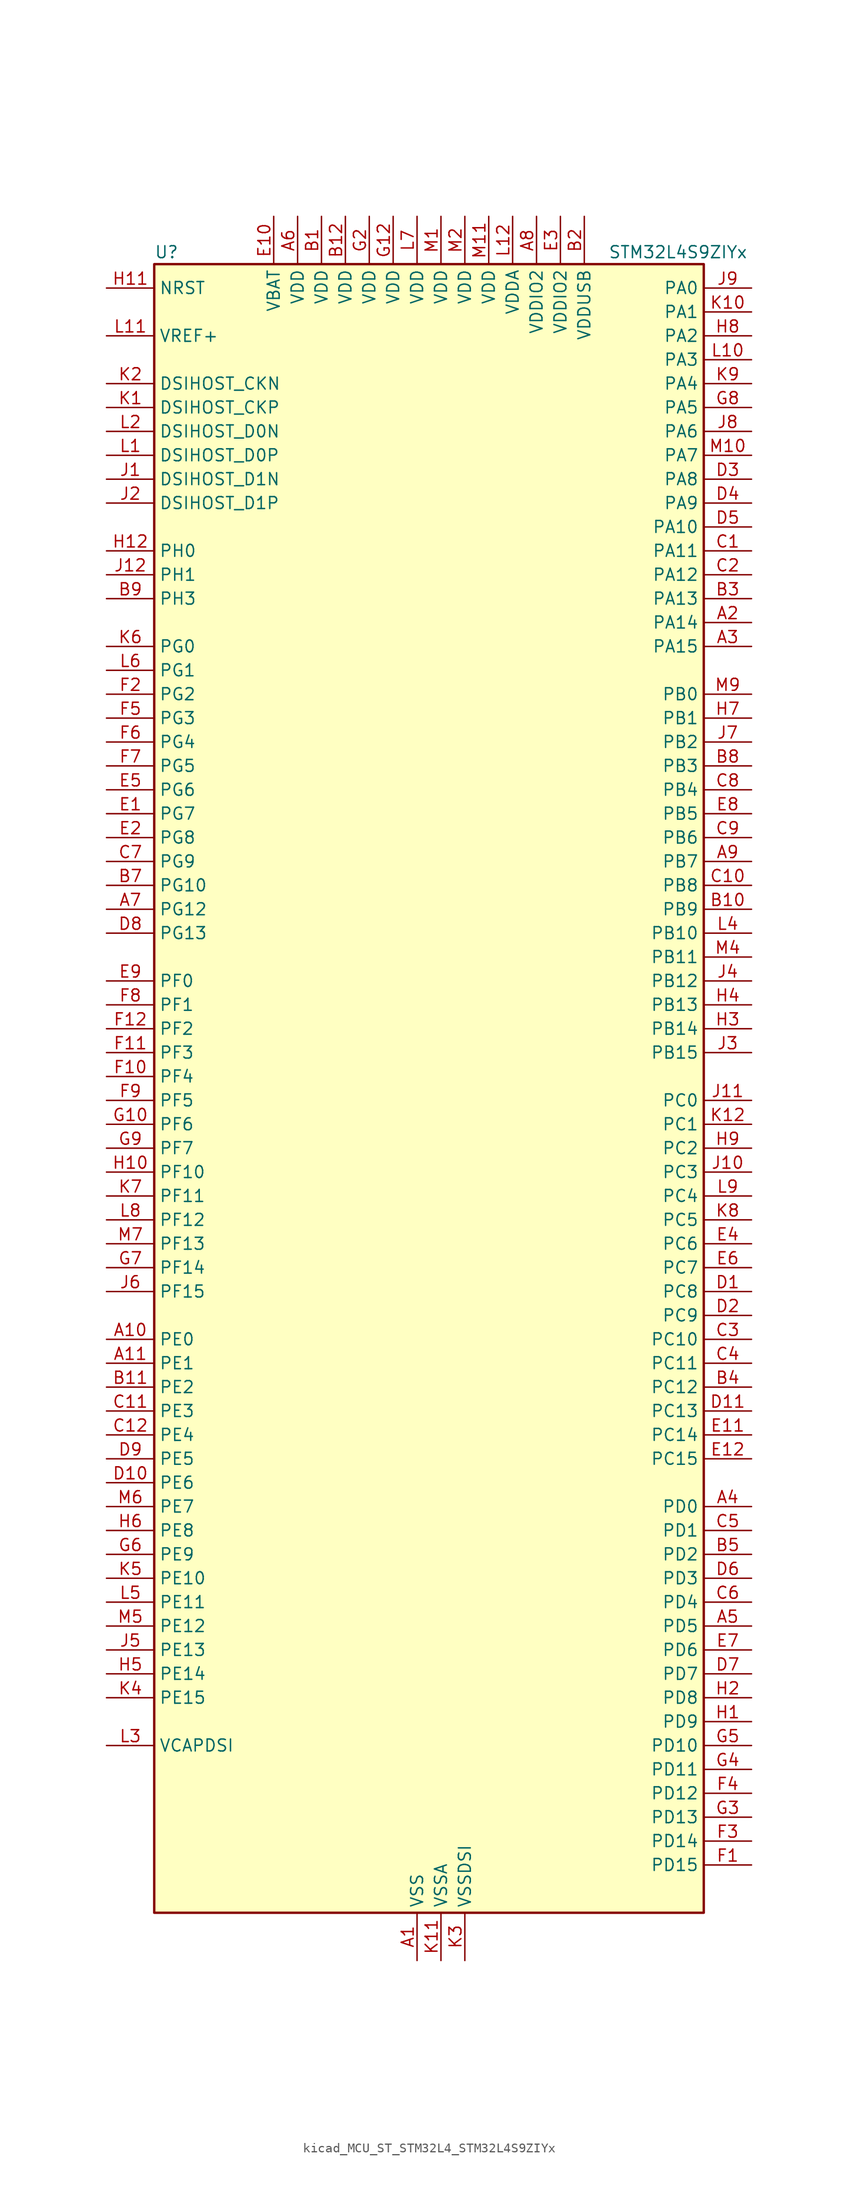
<source format=kicad_sym>
(kicad_symbol_lib
  (version 20220914)
  (generator kicad_symbol_editor)
  (symbol "kicad_MCU_ST_STM32L4_STM32L4S9ZIYx"
    (property "Reference" "U"
      (at -27.94 90.17 0)
      (effects (font (size 1.27 1.27)) (justify left)))
    (property "Value" "STM32L4S9ZIYx"
      (at 20.32 90.17 0)
      (effects (font (size 1.27 1.27)) (justify left)))
    (property "ki_locked" ""
      (at 0 0 0)
      (effects (font (size 1.27 1.27))))
    (symbol "kicad_MCU_ST_STM32L4_STM32L4S9ZIYx_0_1"
      (rectangle (start -27.94 -86.36) (end 30.48 88.9) (stroke (width 0.254) (type default)) (fill (type background))))
    (symbol "kicad_MCU_ST_STM32L4_STM32L4S9ZIYx_1_1"
      (pin power_in line (at 0 -91.44 90) (length 5.08) (name "VSS" (effects (font (size 1.27 1.27)))) (number "A1" (effects (font (size 1.27 1.27)))))
      (pin bidirectional line (at -33.02 -25.4 0) (length 5.08) (name "PE0" (effects (font (size 1.27 1.27)))) (number "A10" (effects (font (size 1.27 1.27)))) (alternate "DCMI_D2" bidirectional line) (alternate "FMC_NBL0" bidirectional line) (alternate "LTDC_HSYNC" bidirectional line) (alternate "TIM16_CH1" bidirectional line) (alternate "TIM4_ETR" bidirectional line))
      (pin bidirectional line (at -33.02 -27.94 0) (length 5.08) (name "PE1" (effects (font (size 1.27 1.27)))) (number "A11" (effects (font (size 1.27 1.27)))) (alternate "DCMI_D3" bidirectional line) (alternate "FMC_NBL1" bidirectional line) (alternate "LTDC_VSYNC" bidirectional line) (alternate "TIM17_CH1" bidirectional line))
      (pin passive line (at 0 -91.44 90) (length 5.08) hide (name "VSS" (effects (font (size 1.27 1.27)))) (number "A12" (effects (font (size 1.27 1.27)))))
      (pin bidirectional line (at 35.56 50.8 180) (length 5.08) (name "PA14" (effects (font (size 1.27 1.27)))) (number "A2" (effects (font (size 1.27 1.27)))) (alternate "I2C1_SMBA" bidirectional line) (alternate "I2C4_SMBA" bidirectional line) (alternate "LPTIM1_OUT" bidirectional line) (alternate "SAI1_FS_B" bidirectional line) (alternate "SYS_JTCK-SWCLK" bidirectional line) (alternate "USB_OTG_FS_SOF" bidirectional line))
      (pin bidirectional line (at 35.56 48.26 180) (length 5.08) (name "PA15" (effects (font (size 1.27 1.27)))) (number "A3" (effects (font (size 1.27 1.27)))) (alternate "ADC1_EXTI15" bidirectional line) (alternate "SAI2_FS_B" bidirectional line) (alternate "SPI1_NSS" bidirectional line) (alternate "SPI3_NSS" bidirectional line) (alternate "SYS_JTDI" bidirectional line) (alternate "TIM2_CH1" bidirectional line) (alternate "TIM2_ETR" bidirectional line) (alternate "TSC_G3_IO1" bidirectional line) (alternate "UART4_DE" bidirectional line) (alternate "UART4_RTS" bidirectional line) (alternate "USART2_RX" bidirectional line) (alternate "USART3_DE" bidirectional line) (alternate "USART3_RTS" bidirectional line))
      (pin bidirectional line (at 35.56 -43.18 180) (length 5.08) (name "PD0" (effects (font (size 1.27 1.27)))) (number "A4" (effects (font (size 1.27 1.27)))) (alternate "CAN1_RX" bidirectional line) (alternate "DFSDM1_DATIN7" bidirectional line) (alternate "FMC_D2" bidirectional line) (alternate "FMC_DA2" bidirectional line) (alternate "LTDC_B4" bidirectional line) (alternate "SPI2_NSS" bidirectional line))
      (pin bidirectional line (at 35.56 -55.88 180) (length 5.08) (name "PD5" (effects (font (size 1.27 1.27)))) (number "A5" (effects (font (size 1.27 1.27)))) (alternate "FMC_NWE" bidirectional line) (alternate "OCTOSPIM_P1_IO5" bidirectional line) (alternate "USART2_TX" bidirectional line))
      (pin power_in line (at -12.7 93.98 270) (length 5.08) (name "VDD" (effects (font (size 1.27 1.27)))) (number "A6" (effects (font (size 1.27 1.27)))))
      (pin bidirectional line (at -33.02 20.32 0) (length 5.08) (name "PG12" (effects (font (size 1.27 1.27)))) (number "A7" (effects (font (size 1.27 1.27)))) (alternate "FMC_NE4" bidirectional line) (alternate "LPTIM1_ETR" bidirectional line) (alternate "OCTOSPIM_P2_NCS" bidirectional line) (alternate "SAI2_SD_A" bidirectional line) (alternate "SPI3_NSS" bidirectional line) (alternate "USART1_DE" bidirectional line) (alternate "USART1_RTS" bidirectional line))
      (pin power_in line (at 12.7 93.98 270) (length 5.08) (name "VDDIO2" (effects (font (size 1.27 1.27)))) (number "A8" (effects (font (size 1.27 1.27)))))
      (pin bidirectional line (at 35.56 25.4 180) (length 5.08) (name "PB7" (effects (font (size 1.27 1.27)))) (number "A9" (effects (font (size 1.27 1.27)))) (alternate "COMP2_INM" bidirectional line) (alternate "DCMI_VSYNC" bidirectional line) (alternate "DFSDM1_CKIN5" bidirectional line) (alternate "DSIHOST_TE" bidirectional line) (alternate "FMC_NL" bidirectional line) (alternate "I2C1_SDA" bidirectional line) (alternate "I2C4_SDA" bidirectional line) (alternate "LPTIM1_IN2" bidirectional line) (alternate "SYS_PVD_IN" bidirectional line) (alternate "TIM17_CH1N" bidirectional line) (alternate "TIM4_CH2" bidirectional line) (alternate "TIM8_BKIN" bidirectional line) (alternate "TSC_G2_IO4" bidirectional line) (alternate "UART4_CTS" bidirectional line) (alternate "USART1_RX" bidirectional line))
      (pin power_in line (at -10.16 93.98 270) (length 5.08) (name "VDD" (effects (font (size 1.27 1.27)))) (number "B1" (effects (font (size 1.27 1.27)))))
      (pin bidirectional line (at 35.56 20.32 180) (length 5.08) (name "PB9" (effects (font (size 1.27 1.27)))) (number "B10" (effects (font (size 1.27 1.27)))) (alternate "CAN1_TX" bidirectional line) (alternate "DAC1_EXTI9" bidirectional line) (alternate "DCMI_D7" bidirectional line) (alternate "DFSDM1_CKIN6" bidirectional line) (alternate "I2C1_SDA" bidirectional line) (alternate "IR_OUT" bidirectional line) (alternate "SAI1_D2" bidirectional line) (alternate "SAI1_FS_A" bidirectional line) (alternate "SDMMC1_CDIR" bidirectional line) (alternate "SDMMC1_D5" bidirectional line) (alternate "SPI2_NSS" bidirectional line) (alternate "TIM17_CH1" bidirectional line) (alternate "TIM4_CH4" bidirectional line))
      (pin bidirectional line (at -33.02 -30.48 0) (length 5.08) (name "PE2" (effects (font (size 1.27 1.27)))) (number "B11" (effects (font (size 1.27 1.27)))) (alternate "FMC_A23" bidirectional line) (alternate "LTDC_R0" bidirectional line) (alternate "SAI1_CK1" bidirectional line) (alternate "SAI1_MCLK_A" bidirectional line) (alternate "SYS_TRACECLK" bidirectional line) (alternate "TIM3_ETR" bidirectional line) (alternate "TSC_G7_IO1" bidirectional line))
      (pin power_in line (at -7.62 93.98 270) (length 5.08) (name "VDD" (effects (font (size 1.27 1.27)))) (number "B12" (effects (font (size 1.27 1.27)))))
      (pin power_in line (at 17.78 93.98 270) (length 5.08) (name "VDDUSB" (effects (font (size 1.27 1.27)))) (number "B2" (effects (font (size 1.27 1.27)))))
      (pin bidirectional line (at 35.56 53.34 180) (length 5.08) (name "PA13" (effects (font (size 1.27 1.27)))) (number "B3" (effects (font (size 1.27 1.27)))) (alternate "IR_OUT" bidirectional line) (alternate "SAI1_SD_B" bidirectional line) (alternate "SYS_JTMS-SWDIO" bidirectional line) (alternate "USB_OTG_FS_NOE" bidirectional line))
      (pin bidirectional line (at 35.56 -30.48 180) (length 5.08) (name "PC12" (effects (font (size 1.27 1.27)))) (number "B4" (effects (font (size 1.27 1.27)))) (alternate "DCMI_D9" bidirectional line) (alternate "SAI2_SD_B" bidirectional line) (alternate "SDMMC1_CK" bidirectional line) (alternate "SPI3_MOSI" bidirectional line) (alternate "SYS_TRACED3" bidirectional line) (alternate "TSC_G3_IO4" bidirectional line) (alternate "UART5_TX" bidirectional line) (alternate "USART3_CK" bidirectional line))
      (pin bidirectional line (at 35.56 -48.26 180) (length 5.08) (name "PD2" (effects (font (size 1.27 1.27)))) (number "B5" (effects (font (size 1.27 1.27)))) (alternate "DCMI_D11" bidirectional line) (alternate "SDMMC1_CMD" bidirectional line) (alternate "SYS_TRACED2" bidirectional line) (alternate "TIM3_ETR" bidirectional line) (alternate "TSC_SYNC" bidirectional line) (alternate "UART5_RX" bidirectional line) (alternate "USART3_DE" bidirectional line) (alternate "USART3_RTS" bidirectional line))
      (pin passive line (at 0 -91.44 90) (length 5.08) hide (name "VSS" (effects (font (size 1.27 1.27)))) (number "B6" (effects (font (size 1.27 1.27)))))
      (pin bidirectional line (at -33.02 22.86 0) (length 5.08) (name "PG10" (effects (font (size 1.27 1.27)))) (number "B7" (effects (font (size 1.27 1.27)))) (alternate "FMC_NE3" bidirectional line) (alternate "LPTIM1_IN1" bidirectional line) (alternate "OCTOSPIM_P2_IO7" bidirectional line) (alternate "SAI2_FS_A" bidirectional line) (alternate "SPI3_MISO" bidirectional line) (alternate "TIM15_CH1" bidirectional line) (alternate "USART1_RX" bidirectional line))
      (pin bidirectional line (at 35.56 35.56 180) (length 5.08) (name "PB3" (effects (font (size 1.27 1.27)))) (number "B8" (effects (font (size 1.27 1.27)))) (alternate "COMP2_INM" bidirectional line) (alternate "CRS_SYNC" bidirectional line) (alternate "SAI1_SCK_B" bidirectional line) (alternate "SPI1_SCK" bidirectional line) (alternate "SPI3_SCK" bidirectional line) (alternate "SYS_JTDO-SWO" bidirectional line) (alternate "TIM2_CH2" bidirectional line) (alternate "USART1_DE" bidirectional line) (alternate "USART1_RTS" bidirectional line))
      (pin bidirectional line (at -33.02 53.34 0) (length 5.08) (name "PH3" (effects (font (size 1.27 1.27)))) (number "B9" (effects (font (size 1.27 1.27)))))
      (pin bidirectional line (at 35.56 58.42 180) (length 5.08) (name "PA11" (effects (font (size 1.27 1.27)))) (number "C1" (effects (font (size 1.27 1.27)))) (alternate "ADC1_EXTI11" bidirectional line) (alternate "CAN1_RX" bidirectional line) (alternate "SPI1_MISO" bidirectional line) (alternate "TIM1_BKIN2" bidirectional line) (alternate "TIM1_CH4" bidirectional line) (alternate "USART1_CTS" bidirectional line) (alternate "USART1_NSS" bidirectional line) (alternate "USB_OTG_FS_DM" bidirectional line))
      (pin bidirectional line (at 35.56 22.86 180) (length 5.08) (name "PB8" (effects (font (size 1.27 1.27)))) (number "C10" (effects (font (size 1.27 1.27)))) (alternate "CAN1_RX" bidirectional line) (alternate "DCMI_D6" bidirectional line) (alternate "DFSDM1_CKOUT" bidirectional line) (alternate "DFSDM1_DATIN6" bidirectional line) (alternate "I2C1_SCL" bidirectional line) (alternate "LTDC_B1" bidirectional line) (alternate "SAI1_CK1" bidirectional line) (alternate "SAI1_MCLK_A" bidirectional line) (alternate "SDMMC1_CKIN" bidirectional line) (alternate "SDMMC1_D4" bidirectional line) (alternate "TIM16_CH1" bidirectional line) (alternate "TIM4_CH3" bidirectional line))
      (pin bidirectional line (at -33.02 -33.02 0) (length 5.08) (name "PE3" (effects (font (size 1.27 1.27)))) (number "C11" (effects (font (size 1.27 1.27)))) (alternate "FMC_A19" bidirectional line) (alternate "LTDC_R1" bidirectional line) (alternate "OCTOSPIM_P1_DQS" bidirectional line) (alternate "SAI1_SD_B" bidirectional line) (alternate "SYS_TRACED0" bidirectional line) (alternate "TIM3_CH1" bidirectional line) (alternate "TSC_G7_IO2" bidirectional line))
      (pin bidirectional line (at -33.02 -35.56 0) (length 5.08) (name "PE4" (effects (font (size 1.27 1.27)))) (number "C12" (effects (font (size 1.27 1.27)))) (alternate "DCMI_D4" bidirectional line) (alternate "DFSDM1_DATIN3" bidirectional line) (alternate "FMC_A20" bidirectional line) (alternate "LTDC_B0" bidirectional line) (alternate "SAI1_D2" bidirectional line) (alternate "SAI1_FS_A" bidirectional line) (alternate "SYS_TRACED1" bidirectional line) (alternate "TIM3_CH2" bidirectional line) (alternate "TSC_G7_IO3" bidirectional line))
      (pin bidirectional line (at 35.56 55.88 180) (length 5.08) (name "PA12" (effects (font (size 1.27 1.27)))) (number "C2" (effects (font (size 1.27 1.27)))) (alternate "CAN1_TX" bidirectional line) (alternate "SPI1_MOSI" bidirectional line) (alternate "TIM1_ETR" bidirectional line) (alternate "USART1_DE" bidirectional line) (alternate "USART1_RTS" bidirectional line) (alternate "USB_OTG_FS_DP" bidirectional line))
      (pin bidirectional line (at 35.56 -25.4 180) (length 5.08) (name "PC10" (effects (font (size 1.27 1.27)))) (number "C3" (effects (font (size 1.27 1.27)))) (alternate "DCMI_D8" bidirectional line) (alternate "SAI2_SCK_B" bidirectional line) (alternate "SDMMC1_D2" bidirectional line) (alternate "SPI3_SCK" bidirectional line) (alternate "SYS_TRACED1" bidirectional line) (alternate "TSC_G3_IO2" bidirectional line) (alternate "UART4_TX" bidirectional line) (alternate "USART3_TX" bidirectional line))
      (pin bidirectional line (at 35.56 -27.94 180) (length 5.08) (name "PC11" (effects (font (size 1.27 1.27)))) (number "C4" (effects (font (size 1.27 1.27)))) (alternate "ADC1_EXTI11" bidirectional line) (alternate "DCMI_D2" bidirectional line) (alternate "DCMI_D4" bidirectional line) (alternate "OCTOSPIM_P1_NCS" bidirectional line) (alternate "SAI2_MCLK_B" bidirectional line) (alternate "SDMMC1_D3" bidirectional line) (alternate "SPI3_MISO" bidirectional line) (alternate "TSC_G3_IO3" bidirectional line) (alternate "UART4_RX" bidirectional line) (alternate "USART3_RX" bidirectional line))
      (pin bidirectional line (at 35.56 -45.72 180) (length 5.08) (name "PD1" (effects (font (size 1.27 1.27)))) (number "C5" (effects (font (size 1.27 1.27)))) (alternate "CAN1_TX" bidirectional line) (alternate "DFSDM1_CKIN7" bidirectional line) (alternate "FMC_D3" bidirectional line) (alternate "FMC_DA3" bidirectional line) (alternate "LTDC_B5" bidirectional line) (alternate "SPI2_SCK" bidirectional line))
      (pin bidirectional line (at 35.56 -53.34 180) (length 5.08) (name "PD4" (effects (font (size 1.27 1.27)))) (number "C6" (effects (font (size 1.27 1.27)))) (alternate "DFSDM1_CKIN0" bidirectional line) (alternate "FMC_NOE" bidirectional line) (alternate "OCTOSPIM_P1_IO4" bidirectional line) (alternate "SPI2_MOSI" bidirectional line) (alternate "USART2_DE" bidirectional line) (alternate "USART2_RTS" bidirectional line))
      (pin bidirectional line (at -33.02 25.4 0) (length 5.08) (name "PG9" (effects (font (size 1.27 1.27)))) (number "C7" (effects (font (size 1.27 1.27)))) (alternate "DAC1_EXTI9" bidirectional line) (alternate "FMC_NCE" bidirectional line) (alternate "FMC_NE2" bidirectional line) (alternate "OCTOSPIM_P2_IO6" bidirectional line) (alternate "SAI2_SCK_A" bidirectional line) (alternate "SPI3_SCK" bidirectional line) (alternate "TIM15_CH1N" bidirectional line) (alternate "USART1_TX" bidirectional line))
      (pin bidirectional line (at 35.56 33.02 180) (length 5.08) (name "PB4" (effects (font (size 1.27 1.27)))) (number "C8" (effects (font (size 1.27 1.27)))) (alternate "COMP2_INP" bidirectional line) (alternate "DCMI_D12" bidirectional line) (alternate "I2C3_SDA" bidirectional line) (alternate "SAI1_MCLK_B" bidirectional line) (alternate "SPI1_MISO" bidirectional line) (alternate "SPI3_MISO" bidirectional line) (alternate "SYS_JTRST" bidirectional line) (alternate "TIM17_BKIN" bidirectional line) (alternate "TIM3_CH1" bidirectional line) (alternate "TSC_G2_IO1" bidirectional line) (alternate "UART5_DE" bidirectional line) (alternate "UART5_RTS" bidirectional line) (alternate "USART1_CTS" bidirectional line) (alternate "USART1_NSS" bidirectional line))
      (pin bidirectional line (at 35.56 27.94 180) (length 5.08) (name "PB6" (effects (font (size 1.27 1.27)))) (number "C9" (effects (font (size 1.27 1.27)))) (alternate "COMP2_INP" bidirectional line) (alternate "DCMI_D5" bidirectional line) (alternate "DFSDM1_DATIN5" bidirectional line) (alternate "I2C1_SCL" bidirectional line) (alternate "I2C4_SCL" bidirectional line) (alternate "LPTIM1_ETR" bidirectional line) (alternate "SAI1_FS_B" bidirectional line) (alternate "TIM16_CH1N" bidirectional line) (alternate "TIM4_CH1" bidirectional line) (alternate "TIM8_BKIN2" bidirectional line) (alternate "TSC_G2_IO3" bidirectional line) (alternate "USART1_TX" bidirectional line))
      (pin bidirectional line (at 35.56 -20.32 180) (length 5.08) (name "PC8" (effects (font (size 1.27 1.27)))) (number "D1" (effects (font (size 1.27 1.27)))) (alternate "DCMI_D2" bidirectional line) (alternate "SDMMC1_D0" bidirectional line) (alternate "TIM3_CH3" bidirectional line) (alternate "TIM8_CH3" bidirectional line) (alternate "TSC_G4_IO3" bidirectional line))
      (pin bidirectional line (at -33.02 -40.64 0) (length 5.08) (name "PE6" (effects (font (size 1.27 1.27)))) (number "D10" (effects (font (size 1.27 1.27)))) (alternate "DCMI_D7" bidirectional line) (alternate "FMC_A22" bidirectional line) (alternate "LTDC_G1" bidirectional line) (alternate "RTC_TAMP3" bidirectional line) (alternate "SAI1_D1" bidirectional line) (alternate "SAI1_SD_A" bidirectional line) (alternate "SYS_TRACED3" bidirectional line) (alternate "SYS_WKUP3" bidirectional line) (alternate "TIM3_CH4" bidirectional line))
      (pin bidirectional line (at 35.56 -33.02 180) (length 5.08) (name "PC13" (effects (font (size 1.27 1.27)))) (number "D11" (effects (font (size 1.27 1.27)))) (alternate "RTC_OUT_ALARM" bidirectional line) (alternate "RTC_OUT_CALIB" bidirectional line) (alternate "RTC_TAMP1" bidirectional line) (alternate "RTC_TS" bidirectional line) (alternate "SYS_WKUP2" bidirectional line))
      (pin passive line (at 0 -91.44 90) (length 5.08) hide (name "VSS" (effects (font (size 1.27 1.27)))) (number "D12" (effects (font (size 1.27 1.27)))))
      (pin bidirectional line (at 35.56 -22.86 180) (length 5.08) (name "PC9" (effects (font (size 1.27 1.27)))) (number "D2" (effects (font (size 1.27 1.27)))) (alternate "DAC1_EXTI9" bidirectional line) (alternate "DCMI_D3" bidirectional line) (alternate "I2C3_SDA" bidirectional line) (alternate "SAI2_EXTCLK" bidirectional line) (alternate "SDMMC1_D1" bidirectional line) (alternate "SYS_TRACED0" bidirectional line) (alternate "TIM3_CH4" bidirectional line) (alternate "TIM8_BKIN2" bidirectional line) (alternate "TIM8_CH4" bidirectional line) (alternate "TSC_G4_IO4" bidirectional line) (alternate "USB_OTG_FS_NOE" bidirectional line))
      (pin bidirectional line (at 35.56 66.04 180) (length 5.08) (name "PA8" (effects (font (size 1.27 1.27)))) (number "D3" (effects (font (size 1.27 1.27)))) (alternate "LPTIM2_OUT" bidirectional line) (alternate "RCC_MCO" bidirectional line) (alternate "SAI1_CK2" bidirectional line) (alternate "SAI1_SCK_A" bidirectional line) (alternate "TIM1_CH1" bidirectional line) (alternate "USART1_CK" bidirectional line) (alternate "USB_OTG_FS_SOF" bidirectional line))
      (pin bidirectional line (at 35.56 63.5 180) (length 5.08) (name "PA9" (effects (font (size 1.27 1.27)))) (number "D4" (effects (font (size 1.27 1.27)))) (alternate "DAC1_EXTI9" bidirectional line) (alternate "DCMI_D0" bidirectional line) (alternate "SAI1_FS_A" bidirectional line) (alternate "SPI2_SCK" bidirectional line) (alternate "TIM15_BKIN" bidirectional line) (alternate "TIM1_CH2" bidirectional line) (alternate "USART1_TX" bidirectional line) (alternate "USB_OTG_FS_VBUS" bidirectional line))
      (pin bidirectional line (at 35.56 60.96 180) (length 5.08) (name "PA10" (effects (font (size 1.27 1.27)))) (number "D5" (effects (font (size 1.27 1.27)))) (alternate "DCMI_D1" bidirectional line) (alternate "SAI1_D1" bidirectional line) (alternate "SAI1_SD_A" bidirectional line) (alternate "TIM17_BKIN" bidirectional line) (alternate "TIM1_CH3" bidirectional line) (alternate "USART1_RX" bidirectional line) (alternate "USB_OTG_FS_ID" bidirectional line))
      (pin bidirectional line (at 35.56 -50.8 180) (length 5.08) (name "PD3" (effects (font (size 1.27 1.27)))) (number "D6" (effects (font (size 1.27 1.27)))) (alternate "DCMI_D5" bidirectional line) (alternate "DFSDM1_DATIN0" bidirectional line) (alternate "FMC_CLK" bidirectional line) (alternate "LTDC_CLK" bidirectional line) (alternate "OCTOSPIM_P2_NCS" bidirectional line) (alternate "SPI2_MISO" bidirectional line) (alternate "SPI2_SCK" bidirectional line) (alternate "USART2_CTS" bidirectional line) (alternate "USART2_NSS" bidirectional line))
      (pin bidirectional line (at 35.56 -60.96 180) (length 5.08) (name "PD7" (effects (font (size 1.27 1.27)))) (number "D7" (effects (font (size 1.27 1.27)))) (alternate "DFSDM1_CKIN1" bidirectional line) (alternate "FMC_NCE" bidirectional line) (alternate "FMC_NE1" bidirectional line) (alternate "OCTOSPIM_P1_IO7" bidirectional line) (alternate "USART2_CK" bidirectional line))
      (pin bidirectional line (at -33.02 17.78 0) (length 5.08) (name "PG13" (effects (font (size 1.27 1.27)))) (number "D8" (effects (font (size 1.27 1.27)))) (alternate "FMC_A24" bidirectional line) (alternate "I2C1_SDA" bidirectional line) (alternate "LTDC_R0" bidirectional line) (alternate "USART1_CK" bidirectional line))
      (pin bidirectional line (at -33.02 -38.1 0) (length 5.08) (name "PE5" (effects (font (size 1.27 1.27)))) (number "D9" (effects (font (size 1.27 1.27)))) (alternate "DCMI_D6" bidirectional line) (alternate "DFSDM1_CKIN3" bidirectional line) (alternate "FMC_A21" bidirectional line) (alternate "LTDC_G0" bidirectional line) (alternate "SAI1_CK2" bidirectional line) (alternate "SAI1_SCK_A" bidirectional line) (alternate "SYS_TRACED2" bidirectional line) (alternate "TIM3_CH3" bidirectional line) (alternate "TSC_G7_IO4" bidirectional line))
      (pin bidirectional line (at -33.02 30.48 0) (length 5.08) (name "PG7" (effects (font (size 1.27 1.27)))) (number "E1" (effects (font (size 1.27 1.27)))) (alternate "DFSDM1_CKOUT" bidirectional line) (alternate "FMC_INT" bidirectional line) (alternate "I2C3_SCL" bidirectional line) (alternate "LPUART1_TX" bidirectional line) (alternate "OCTOSPIM_P2_DQS" bidirectional line) (alternate "SAI1_CK1" bidirectional line) (alternate "SAI1_MCLK_A" bidirectional line))
      (pin power_in line (at -15.24 93.98 270) (length 5.08) (name "VBAT" (effects (font (size 1.27 1.27)))) (number "E10" (effects (font (size 1.27 1.27)))))
      (pin bidirectional line (at 35.56 -35.56 180) (length 5.08) (name "PC14" (effects (font (size 1.27 1.27)))) (number "E11" (effects (font (size 1.27 1.27)))) (alternate "RCC_OSC32_IN" bidirectional line))
      (pin bidirectional line (at 35.56 -38.1 180) (length 5.08) (name "PC15" (effects (font (size 1.27 1.27)))) (number "E12" (effects (font (size 1.27 1.27)))) (alternate "ADC1_EXTI15" bidirectional line) (alternate "RCC_OSC32_OUT" bidirectional line))
      (pin bidirectional line (at -33.02 27.94 0) (length 5.08) (name "PG8" (effects (font (size 1.27 1.27)))) (number "E2" (effects (font (size 1.27 1.27)))) (alternate "I2C3_SDA" bidirectional line) (alternate "LPUART1_RX" bidirectional line))
      (pin power_in line (at 15.24 93.98 270) (length 5.08) (name "VDDIO2" (effects (font (size 1.27 1.27)))) (number "E3" (effects (font (size 1.27 1.27)))))
      (pin bidirectional line (at 35.56 -15.24 180) (length 5.08) (name "PC6" (effects (font (size 1.27 1.27)))) (number "E4" (effects (font (size 1.27 1.27)))) (alternate "DCMI_D0" bidirectional line) (alternate "DFSDM1_CKIN3" bidirectional line) (alternate "LTDC_R0" bidirectional line) (alternate "SAI2_MCLK_A" bidirectional line) (alternate "SDMMC1_D0DIR" bidirectional line) (alternate "SDMMC1_D6" bidirectional line) (alternate "TIM3_CH1" bidirectional line) (alternate "TIM8_CH1" bidirectional line) (alternate "TSC_G4_IO1" bidirectional line))
      (pin bidirectional line (at -33.02 33.02 0) (length 5.08) (name "PG6" (effects (font (size 1.27 1.27)))) (number "E5" (effects (font (size 1.27 1.27)))) (alternate "DSIHOST_TE" bidirectional line) (alternate "I2C3_SMBA" bidirectional line) (alternate "LPUART1_DE" bidirectional line) (alternate "LPUART1_RTS" bidirectional line) (alternate "LTDC_R1" bidirectional line) (alternate "OCTOSPIM_P1_DQS" bidirectional line))
      (pin bidirectional line (at 35.56 -17.78 180) (length 5.08) (name "PC7" (effects (font (size 1.27 1.27)))) (number "E6" (effects (font (size 1.27 1.27)))) (alternate "DCMI_D1" bidirectional line) (alternate "DFSDM1_DATIN3" bidirectional line) (alternate "LTDC_R1" bidirectional line) (alternate "SAI2_MCLK_B" bidirectional line) (alternate "SDMMC1_D123DIR" bidirectional line) (alternate "SDMMC1_D7" bidirectional line) (alternate "TIM3_CH2" bidirectional line) (alternate "TIM8_CH2" bidirectional line) (alternate "TSC_G4_IO2" bidirectional line))
      (pin bidirectional line (at 35.56 -58.42 180) (length 5.08) (name "PD6" (effects (font (size 1.27 1.27)))) (number "E7" (effects (font (size 1.27 1.27)))) (alternate "DCMI_D10" bidirectional line) (alternate "DFSDM1_DATIN1" bidirectional line) (alternate "FMC_NWAIT" bidirectional line) (alternate "LTDC_DE" bidirectional line) (alternate "OCTOSPIM_P1_IO6" bidirectional line) (alternate "SAI1_D1" bidirectional line) (alternate "SAI1_SD_A" bidirectional line) (alternate "SPI3_MOSI" bidirectional line) (alternate "USART2_RX" bidirectional line))
      (pin bidirectional line (at 35.56 30.48 180) (length 5.08) (name "PB5" (effects (font (size 1.27 1.27)))) (number "E8" (effects (font (size 1.27 1.27)))) (alternate "COMP2_OUT" bidirectional line) (alternate "DCMI_D10" bidirectional line) (alternate "I2C1_SMBA" bidirectional line) (alternate "LPTIM1_IN1" bidirectional line) (alternate "SAI1_SD_B" bidirectional line) (alternate "SPI1_MOSI" bidirectional line) (alternate "SPI3_MOSI" bidirectional line) (alternate "TIM16_BKIN" bidirectional line) (alternate "TIM3_CH2" bidirectional line) (alternate "TSC_G2_IO2" bidirectional line) (alternate "UART5_CTS" bidirectional line) (alternate "USART1_CK" bidirectional line))
      (pin bidirectional line (at -33.02 12.7 0) (length 5.08) (name "PF0" (effects (font (size 1.27 1.27)))) (number "E9" (effects (font (size 1.27 1.27)))) (alternate "FMC_A0" bidirectional line) (alternate "I2C2_SDA" bidirectional line) (alternate "OCTOSPIM_P2_IO0" bidirectional line))
      (pin bidirectional line (at 35.56 -81.28 180) (length 5.08) (name "PD15" (effects (font (size 1.27 1.27)))) (number "F1" (effects (font (size 1.27 1.27)))) (alternate "ADC1_EXTI15" bidirectional line) (alternate "FMC_D1" bidirectional line) (alternate "FMC_DA1" bidirectional line) (alternate "LTDC_B3" bidirectional line) (alternate "TIM4_CH4" bidirectional line))
      (pin bidirectional line (at -33.02 2.54 0) (length 5.08) (name "PF4" (effects (font (size 1.27 1.27)))) (number "F10" (effects (font (size 1.27 1.27)))) (alternate "FMC_A4" bidirectional line) (alternate "OCTOSPIM_P2_CLK" bidirectional line))
      (pin bidirectional line (at -33.02 5.08 0) (length 5.08) (name "PF3" (effects (font (size 1.27 1.27)))) (number "F11" (effects (font (size 1.27 1.27)))) (alternate "FMC_A3" bidirectional line) (alternate "OCTOSPIM_P2_IO3" bidirectional line))
      (pin bidirectional line (at -33.02 7.62 0) (length 5.08) (name "PF2" (effects (font (size 1.27 1.27)))) (number "F12" (effects (font (size 1.27 1.27)))) (alternate "FMC_A2" bidirectional line) (alternate "I2C2_SMBA" bidirectional line) (alternate "OCTOSPIM_P2_IO2" bidirectional line))
      (pin bidirectional line (at -33.02 43.18 0) (length 5.08) (name "PG2" (effects (font (size 1.27 1.27)))) (number "F2" (effects (font (size 1.27 1.27)))) (alternate "FMC_A12" bidirectional line) (alternate "SAI2_SCK_B" bidirectional line) (alternate "SPI1_SCK" bidirectional line))
      (pin bidirectional line (at 35.56 -78.74 180) (length 5.08) (name "PD14" (effects (font (size 1.27 1.27)))) (number "F3" (effects (font (size 1.27 1.27)))) (alternate "FMC_D0" bidirectional line) (alternate "FMC_DA0" bidirectional line) (alternate "LTDC_B2" bidirectional line) (alternate "TIM4_CH3" bidirectional line))
      (pin bidirectional line (at 35.56 -73.66 180) (length 5.08) (name "PD12" (effects (font (size 1.27 1.27)))) (number "F4" (effects (font (size 1.27 1.27)))) (alternate "FMC_A17" bidirectional line) (alternate "FMC_ALE" bidirectional line) (alternate "I2C4_SCL" bidirectional line) (alternate "LPTIM2_IN1" bidirectional line) (alternate "LTDC_R7" bidirectional line) (alternate "SAI2_FS_A" bidirectional line) (alternate "TIM4_CH1" bidirectional line) (alternate "TSC_G6_IO3" bidirectional line) (alternate "USART3_DE" bidirectional line) (alternate "USART3_RTS" bidirectional line))
      (pin bidirectional line (at -33.02 40.64 0) (length 5.08) (name "PG3" (effects (font (size 1.27 1.27)))) (number "F5" (effects (font (size 1.27 1.27)))) (alternate "FMC_A13" bidirectional line) (alternate "SAI2_FS_B" bidirectional line) (alternate "SPI1_MISO" bidirectional line))
      (pin bidirectional line (at -33.02 38.1 0) (length 5.08) (name "PG4" (effects (font (size 1.27 1.27)))) (number "F6" (effects (font (size 1.27 1.27)))) (alternate "FMC_A14" bidirectional line) (alternate "SAI2_MCLK_B" bidirectional line) (alternate "SPI1_MOSI" bidirectional line))
      (pin bidirectional line (at -33.02 35.56 0) (length 5.08) (name "PG5" (effects (font (size 1.27 1.27)))) (number "F7" (effects (font (size 1.27 1.27)))) (alternate "FMC_A15" bidirectional line) (alternate "LPUART1_CTS" bidirectional line) (alternate "SAI2_SD_B" bidirectional line) (alternate "SPI1_NSS" bidirectional line))
      (pin bidirectional line (at -33.02 10.16 0) (length 5.08) (name "PF1" (effects (font (size 1.27 1.27)))) (number "F8" (effects (font (size 1.27 1.27)))) (alternate "FMC_A1" bidirectional line) (alternate "I2C2_SCL" bidirectional line) (alternate "OCTOSPIM_P2_IO1" bidirectional line))
      (pin bidirectional line (at -33.02 0 0) (length 5.08) (name "PF5" (effects (font (size 1.27 1.27)))) (number "F9" (effects (font (size 1.27 1.27)))) (alternate "FMC_A5" bidirectional line))
      (pin passive line (at 0 -91.44 90) (length 5.08) hide (name "VSS" (effects (font (size 1.27 1.27)))) (number "G1" (effects (font (size 1.27 1.27)))))
      (pin bidirectional line (at -33.02 -2.54 0) (length 5.08) (name "PF6" (effects (font (size 1.27 1.27)))) (number "G10" (effects (font (size 1.27 1.27)))) (alternate "OCTOSPIM_P1_IO3" bidirectional line) (alternate "SAI1_SD_B" bidirectional line) (alternate "TIM5_CH1" bidirectional line) (alternate "TIM5_ETR" bidirectional line))
      (pin passive line (at 0 -91.44 90) (length 5.08) hide (name "VSS" (effects (font (size 1.27 1.27)))) (number "G11" (effects (font (size 1.27 1.27)))))
      (pin power_in line (at -2.54 93.98 270) (length 5.08) (name "VDD" (effects (font (size 1.27 1.27)))) (number "G12" (effects (font (size 1.27 1.27)))))
      (pin power_in line (at -5.08 93.98 270) (length 5.08) (name "VDD" (effects (font (size 1.27 1.27)))) (number "G2" (effects (font (size 1.27 1.27)))))
      (pin bidirectional line (at 35.56 -76.2 180) (length 5.08) (name "PD13" (effects (font (size 1.27 1.27)))) (number "G3" (effects (font (size 1.27 1.27)))) (alternate "FMC_A18" bidirectional line) (alternate "I2C4_SDA" bidirectional line) (alternate "LPTIM2_OUT" bidirectional line) (alternate "TIM4_CH2" bidirectional line) (alternate "TSC_G6_IO4" bidirectional line))
      (pin bidirectional line (at 35.56 -71.12 180) (length 5.08) (name "PD11" (effects (font (size 1.27 1.27)))) (number "G4" (effects (font (size 1.27 1.27)))) (alternate "ADC1_EXTI11" bidirectional line) (alternate "FMC_A16" bidirectional line) (alternate "FMC_CLE" bidirectional line) (alternate "I2C4_SMBA" bidirectional line) (alternate "LPTIM2_ETR" bidirectional line) (alternate "LTDC_R6" bidirectional line) (alternate "SAI2_SD_A" bidirectional line) (alternate "TSC_G6_IO2" bidirectional line) (alternate "USART3_CTS" bidirectional line) (alternate "USART3_NSS" bidirectional line))
      (pin bidirectional line (at 35.56 -68.58 180) (length 5.08) (name "PD10" (effects (font (size 1.27 1.27)))) (number "G5" (effects (font (size 1.27 1.27)))) (alternate "FMC_D15" bidirectional line) (alternate "FMC_DA15" bidirectional line) (alternate "LTDC_R5" bidirectional line) (alternate "SAI2_SCK_A" bidirectional line) (alternate "TSC_G6_IO1" bidirectional line) (alternate "USART3_CK" bidirectional line))
      (pin bidirectional line (at -33.02 -48.26 0) (length 5.08) (name "PE9" (effects (font (size 1.27 1.27)))) (number "G6" (effects (font (size 1.27 1.27)))) (alternate "DAC1_EXTI9" bidirectional line) (alternate "DFSDM1_CKOUT" bidirectional line) (alternate "FMC_D6" bidirectional line) (alternate "FMC_DA6" bidirectional line) (alternate "LTDC_G2" bidirectional line) (alternate "SAI1_FS_B" bidirectional line) (alternate "TIM1_CH1" bidirectional line))
      (pin bidirectional line (at -33.02 -17.78 0) (length 5.08) (name "PF14" (effects (font (size 1.27 1.27)))) (number "G7" (effects (font (size 1.27 1.27)))) (alternate "DFSDM1_CKIN6" bidirectional line) (alternate "FMC_A8" bidirectional line) (alternate "I2C4_SCL" bidirectional line) (alternate "LTDC_G0" bidirectional line) (alternate "TSC_G8_IO1" bidirectional line))
      (pin bidirectional line (at 35.56 73.66 180) (length 5.08) (name "PA5" (effects (font (size 1.27 1.27)))) (number "G8" (effects (font (size 1.27 1.27)))) (alternate "ADC1_IN10" bidirectional line) (alternate "DAC1_OUT2" bidirectional line) (alternate "LPTIM2_ETR" bidirectional line) (alternate "SPI1_SCK" bidirectional line) (alternate "TIM2_CH1" bidirectional line) (alternate "TIM2_ETR" bidirectional line) (alternate "TIM8_CH1N" bidirectional line))
      (pin bidirectional line (at -33.02 -5.08 0) (length 5.08) (name "PF7" (effects (font (size 1.27 1.27)))) (number "G9" (effects (font (size 1.27 1.27)))) (alternate "OCTOSPIM_P1_IO2" bidirectional line) (alternate "SAI1_MCLK_B" bidirectional line) (alternate "TIM5_CH2" bidirectional line))
      (pin bidirectional line (at 35.56 -66.04 180) (length 5.08) (name "PD9" (effects (font (size 1.27 1.27)))) (number "H1" (effects (font (size 1.27 1.27)))) (alternate "DAC1_EXTI9" bidirectional line) (alternate "DCMI_PIXCLK" bidirectional line) (alternate "FMC_D14" bidirectional line) (alternate "FMC_DA14" bidirectional line) (alternate "LTDC_R4" bidirectional line) (alternate "SAI2_MCLK_A" bidirectional line) (alternate "USART3_RX" bidirectional line))
      (pin bidirectional line (at -33.02 -7.62 0) (length 5.08) (name "PF10" (effects (font (size 1.27 1.27)))) (number "H10" (effects (font (size 1.27 1.27)))) (alternate "DCMI_D11" bidirectional line) (alternate "DFSDM1_CKOUT" bidirectional line) (alternate "OCTOSPIM_P1_CLK" bidirectional line) (alternate "SAI1_D3" bidirectional line) (alternate "TIM15_CH2" bidirectional line))
      (pin input line (at -33.02 86.36 0) (length 5.08) (name "NRST" (effects (font (size 1.27 1.27)))) (number "H11" (effects (font (size 1.27 1.27)))))
      (pin bidirectional line (at -33.02 58.42 0) (length 5.08) (name "PH0" (effects (font (size 1.27 1.27)))) (number "H12" (effects (font (size 1.27 1.27)))) (alternate "RCC_OSC_IN" bidirectional line))
      (pin bidirectional line (at 35.56 -63.5 180) (length 5.08) (name "PD8" (effects (font (size 1.27 1.27)))) (number "H2" (effects (font (size 1.27 1.27)))) (alternate "DCMI_HSYNC" bidirectional line) (alternate "FMC_D13" bidirectional line) (alternate "FMC_DA13" bidirectional line) (alternate "LTDC_R3" bidirectional line) (alternate "USART3_TX" bidirectional line))
      (pin bidirectional line (at 35.56 7.62 180) (length 5.08) (name "PB14" (effects (font (size 1.27 1.27)))) (number "H3" (effects (font (size 1.27 1.27)))) (alternate "DFSDM1_DATIN2" bidirectional line) (alternate "I2C2_SDA" bidirectional line) (alternate "SAI2_MCLK_A" bidirectional line) (alternate "SPI2_MISO" bidirectional line) (alternate "TIM15_CH1" bidirectional line) (alternate "TIM1_CH2N" bidirectional line) (alternate "TIM8_CH2N" bidirectional line) (alternate "TSC_G1_IO3" bidirectional line) (alternate "USART3_DE" bidirectional line) (alternate "USART3_RTS" bidirectional line))
      (pin bidirectional line (at 35.56 10.16 180) (length 5.08) (name "PB13" (effects (font (size 1.27 1.27)))) (number "H4" (effects (font (size 1.27 1.27)))) (alternate "DFSDM1_CKIN1" bidirectional line) (alternate "I2C2_SCL" bidirectional line) (alternate "LPUART1_CTS" bidirectional line) (alternate "SAI2_SCK_A" bidirectional line) (alternate "SPI2_SCK" bidirectional line) (alternate "TIM15_CH1N" bidirectional line) (alternate "TIM1_CH1N" bidirectional line) (alternate "TSC_G1_IO2" bidirectional line) (alternate "USART3_CTS" bidirectional line) (alternate "USART3_NSS" bidirectional line))
      (pin bidirectional line (at -33.02 -60.96 0) (length 5.08) (name "PE14" (effects (font (size 1.27 1.27)))) (number "H5" (effects (font (size 1.27 1.27)))) (alternate "FMC_D11" bidirectional line) (alternate "FMC_DA11" bidirectional line) (alternate "LTDC_G7" bidirectional line) (alternate "OCTOSPIM_P1_IO2" bidirectional line) (alternate "SPI1_MISO" bidirectional line) (alternate "TIM1_BKIN2" bidirectional line) (alternate "TIM1_CH4" bidirectional line))
      (pin bidirectional line (at -33.02 -45.72 0) (length 5.08) (name "PE8" (effects (font (size 1.27 1.27)))) (number "H6" (effects (font (size 1.27 1.27)))) (alternate "DFSDM1_CKIN2" bidirectional line) (alternate "FMC_D5" bidirectional line) (alternate "FMC_DA5" bidirectional line) (alternate "LTDC_B7" bidirectional line) (alternate "SAI1_SCK_B" bidirectional line) (alternate "TIM1_CH1N" bidirectional line))
      (pin bidirectional line (at 35.56 40.64 180) (length 5.08) (name "PB1" (effects (font (size 1.27 1.27)))) (number "H7" (effects (font (size 1.27 1.27)))) (alternate "ADC1_IN16" bidirectional line) (alternate "COMP1_INM" bidirectional line) (alternate "DFSDM1_DATIN0" bidirectional line) (alternate "LPTIM2_IN1" bidirectional line) (alternate "LPUART1_DE" bidirectional line) (alternate "LPUART1_RTS" bidirectional line) (alternate "OCTOSPIM_P1_IO0" bidirectional line) (alternate "TIM1_CH3N" bidirectional line) (alternate "TIM3_CH4" bidirectional line) (alternate "TIM8_CH3N" bidirectional line) (alternate "USART3_DE" bidirectional line) (alternate "USART3_RTS" bidirectional line))
      (pin bidirectional line (at 35.56 81.28 180) (length 5.08) (name "PA2" (effects (font (size 1.27 1.27)))) (number "H8" (effects (font (size 1.27 1.27)))) (alternate "ADC1_IN7" bidirectional line) (alternate "LPUART1_TX" bidirectional line) (alternate "OCTOSPIM_P1_NCS" bidirectional line) (alternate "RCC_LSCO" bidirectional line) (alternate "SAI2_EXTCLK" bidirectional line) (alternate "SYS_WKUP4" bidirectional line) (alternate "TIM15_CH1" bidirectional line) (alternate "TIM2_CH3" bidirectional line) (alternate "TIM5_CH3" bidirectional line) (alternate "USART2_TX" bidirectional line))
      (pin bidirectional line (at 35.56 -5.08 180) (length 5.08) (name "PC2" (effects (font (size 1.27 1.27)))) (number "H9" (effects (font (size 1.27 1.27)))) (alternate "ADC1_IN3" bidirectional line) (alternate "DFSDM1_CKOUT" bidirectional line) (alternate "LPTIM1_IN2" bidirectional line) (alternate "OCTOSPIM_P1_IO5" bidirectional line) (alternate "SPI2_MISO" bidirectional line))
      (pin bidirectional line (at -33.02 66.04 0) (length 5.08) (name "DSIHOST_D1N" (effects (font (size 1.27 1.27)))) (number "J1" (effects (font (size 1.27 1.27)))) (alternate "DSIHOST_D1N" bidirectional line))
      (pin bidirectional line (at 35.56 -7.62 180) (length 5.08) (name "PC3" (effects (font (size 1.27 1.27)))) (number "J10" (effects (font (size 1.27 1.27)))) (alternate "ADC1_IN4" bidirectional line) (alternate "LPTIM1_ETR" bidirectional line) (alternate "LPTIM2_ETR" bidirectional line) (alternate "OCTOSPIM_P1_IO6" bidirectional line) (alternate "SAI1_D1" bidirectional line) (alternate "SAI1_SD_A" bidirectional line) (alternate "SPI2_MOSI" bidirectional line))
      (pin bidirectional line (at 35.56 0 180) (length 5.08) (name "PC0" (effects (font (size 1.27 1.27)))) (number "J11" (effects (font (size 1.27 1.27)))) (alternate "ADC1_IN1" bidirectional line) (alternate "DFSDM1_DATIN4" bidirectional line) (alternate "I2C3_SCL" bidirectional line) (alternate "LPTIM1_IN1" bidirectional line) (alternate "LPTIM2_IN1" bidirectional line) (alternate "LPUART1_RX" bidirectional line) (alternate "SAI2_FS_A" bidirectional line))
      (pin bidirectional line (at -33.02 55.88 0) (length 5.08) (name "PH1" (effects (font (size 1.27 1.27)))) (number "J12" (effects (font (size 1.27 1.27)))) (alternate "RCC_OSC_OUT" bidirectional line))
      (pin bidirectional line (at -33.02 63.5 0) (length 5.08) (name "DSIHOST_D1P" (effects (font (size 1.27 1.27)))) (number "J2" (effects (font (size 1.27 1.27)))) (alternate "DSIHOST_D1P" bidirectional line))
      (pin bidirectional line (at 35.56 5.08 180) (length 5.08) (name "PB15" (effects (font (size 1.27 1.27)))) (number "J3" (effects (font (size 1.27 1.27)))) (alternate "ADC1_EXTI15" bidirectional line) (alternate "DFSDM1_CKIN2" bidirectional line) (alternate "RTC_REFIN" bidirectional line) (alternate "SAI2_SD_A" bidirectional line) (alternate "SPI2_MOSI" bidirectional line) (alternate "TIM15_CH2" bidirectional line) (alternate "TIM1_CH3N" bidirectional line) (alternate "TIM8_CH3N" bidirectional line) (alternate "TSC_G1_IO4" bidirectional line))
      (pin bidirectional line (at 35.56 12.7 180) (length 5.08) (name "PB12" (effects (font (size 1.27 1.27)))) (number "J4" (effects (font (size 1.27 1.27)))) (alternate "DFSDM1_DATIN1" bidirectional line) (alternate "I2C2_SMBA" bidirectional line) (alternate "LPUART1_DE" bidirectional line) (alternate "LPUART1_RTS" bidirectional line) (alternate "SAI2_FS_A" bidirectional line) (alternate "SPI2_NSS" bidirectional line) (alternate "TIM15_BKIN" bidirectional line) (alternate "TIM1_BKIN" bidirectional line) (alternate "TSC_G1_IO1" bidirectional line) (alternate "USART3_CK" bidirectional line))
      (pin bidirectional line (at -33.02 -58.42 0) (length 5.08) (name "PE13" (effects (font (size 1.27 1.27)))) (number "J5" (effects (font (size 1.27 1.27)))) (alternate "DFSDM1_CKIN5" bidirectional line) (alternate "FMC_D10" bidirectional line) (alternate "FMC_DA10" bidirectional line) (alternate "LTDC_G6" bidirectional line) (alternate "OCTOSPIM_P1_IO1" bidirectional line) (alternate "SPI1_SCK" bidirectional line) (alternate "TIM1_CH3" bidirectional line) (alternate "TSC_G5_IO4" bidirectional line))
      (pin bidirectional line (at -33.02 -20.32 0) (length 5.08) (name "PF15" (effects (font (size 1.27 1.27)))) (number "J6" (effects (font (size 1.27 1.27)))) (alternate "ADC1_EXTI15" bidirectional line) (alternate "FMC_A9" bidirectional line) (alternate "I2C4_SDA" bidirectional line) (alternate "LTDC_G1" bidirectional line) (alternate "TSC_G8_IO2" bidirectional line))
      (pin bidirectional line (at 35.56 38.1 180) (length 5.08) (name "PB2" (effects (font (size 1.27 1.27)))) (number "J7" (effects (font (size 1.27 1.27)))) (alternate "COMP1_INP" bidirectional line) (alternate "DFSDM1_CKIN0" bidirectional line) (alternate "I2C3_SMBA" bidirectional line) (alternate "LPTIM1_OUT" bidirectional line) (alternate "LTDC_B1" bidirectional line) (alternate "OCTOSPIM_P1_DQS" bidirectional line) (alternate "RTC_OUT_ALARM" bidirectional line) (alternate "RTC_OUT_CALIB" bidirectional line))
      (pin bidirectional line (at 35.56 71.12 180) (length 5.08) (name "PA6" (effects (font (size 1.27 1.27)))) (number "J8" (effects (font (size 1.27 1.27)))) (alternate "ADC1_IN11" bidirectional line) (alternate "DCMI_PIXCLK" bidirectional line) (alternate "LPUART1_CTS" bidirectional line) (alternate "OCTOSPIM_P1_IO3" bidirectional line) (alternate "OPAMP2_VINP" bidirectional line) (alternate "SPI1_MISO" bidirectional line) (alternate "TIM16_CH1" bidirectional line) (alternate "TIM1_BKIN" bidirectional line) (alternate "TIM3_CH1" bidirectional line) (alternate "TIM8_BKIN" bidirectional line) (alternate "USART3_CTS" bidirectional line) (alternate "USART3_NSS" bidirectional line))
      (pin bidirectional line (at 35.56 86.36 180) (length 5.08) (name "PA0" (effects (font (size 1.27 1.27)))) (number "J9" (effects (font (size 1.27 1.27)))) (alternate "ADC1_IN5" bidirectional line) (alternate "OPAMP1_VINP" bidirectional line) (alternate "RTC_TAMP2" bidirectional line) (alternate "SAI1_EXTCLK" bidirectional line) (alternate "SYS_WKUP1" bidirectional line) (alternate "TIM2_CH1" bidirectional line) (alternate "TIM2_ETR" bidirectional line) (alternate "TIM5_CH1" bidirectional line) (alternate "TIM8_ETR" bidirectional line) (alternate "UART4_TX" bidirectional line) (alternate "USART2_CTS" bidirectional line) (alternate "USART2_NSS" bidirectional line))
      (pin bidirectional line (at -33.02 73.66 0) (length 5.08) (name "DSIHOST_CKP" (effects (font (size 1.27 1.27)))) (number "K1" (effects (font (size 1.27 1.27)))) (alternate "DSIHOST_CKP" bidirectional line))
      (pin bidirectional line (at 35.56 83.82 180) (length 5.08) (name "PA1" (effects (font (size 1.27 1.27)))) (number "K10" (effects (font (size 1.27 1.27)))) (alternate "ADC1_IN6" bidirectional line) (alternate "I2C1_SMBA" bidirectional line) (alternate "OCTOSPIM_P1_DQS" bidirectional line) (alternate "OPAMP1_VINM" bidirectional line) (alternate "SPI1_SCK" bidirectional line) (alternate "TIM15_CH1N" bidirectional line) (alternate "TIM2_CH2" bidirectional line) (alternate "TIM5_CH2" bidirectional line) (alternate "UART4_RX" bidirectional line) (alternate "USART2_DE" bidirectional line) (alternate "USART2_RTS" bidirectional line))
      (pin power_in line (at 2.54 -91.44 90) (length 5.08) (name "VSSA" (effects (font (size 1.27 1.27)))) (number "K11" (effects (font (size 1.27 1.27)))))
      (pin bidirectional line (at 35.56 -2.54 180) (length 5.08) (name "PC1" (effects (font (size 1.27 1.27)))) (number "K12" (effects (font (size 1.27 1.27)))) (alternate "ADC1_IN2" bidirectional line) (alternate "DFSDM1_CKIN4" bidirectional line) (alternate "I2C3_SDA" bidirectional line) (alternate "LPTIM1_OUT" bidirectional line) (alternate "LPUART1_TX" bidirectional line) (alternate "OCTOSPIM_P1_IO4" bidirectional line) (alternate "SAI1_SD_A" bidirectional line) (alternate "SPI2_MOSI" bidirectional line) (alternate "SYS_TRACED0" bidirectional line))
      (pin bidirectional line (at -33.02 76.2 0) (length 5.08) (name "DSIHOST_CKN" (effects (font (size 1.27 1.27)))) (number "K2" (effects (font (size 1.27 1.27)))) (alternate "DSIHOST_CKN" bidirectional line))
      (pin power_in line (at 5.08 -91.44 90) (length 5.08) (name "VSSDSI" (effects (font (size 1.27 1.27)))) (number "K3" (effects (font (size 1.27 1.27)))))
      (pin bidirectional line (at -33.02 -63.5 0) (length 5.08) (name "PE15" (effects (font (size 1.27 1.27)))) (number "K4" (effects (font (size 1.27 1.27)))) (alternate "ADC1_EXTI15" bidirectional line) (alternate "FMC_D12" bidirectional line) (alternate "FMC_DA12" bidirectional line) (alternate "LTDC_R2" bidirectional line) (alternate "OCTOSPIM_P1_IO3" bidirectional line) (alternate "SPI1_MOSI" bidirectional line) (alternate "TIM1_BKIN" bidirectional line))
      (pin bidirectional line (at -33.02 -50.8 0) (length 5.08) (name "PE10" (effects (font (size 1.27 1.27)))) (number "K5" (effects (font (size 1.27 1.27)))) (alternate "DFSDM1_DATIN4" bidirectional line) (alternate "FMC_D7" bidirectional line) (alternate "FMC_DA7" bidirectional line) (alternate "LTDC_G3" bidirectional line) (alternate "OCTOSPIM_P1_CLK" bidirectional line) (alternate "SAI1_MCLK_B" bidirectional line) (alternate "TIM1_CH2N" bidirectional line) (alternate "TSC_G5_IO1" bidirectional line))
      (pin bidirectional line (at -33.02 48.26 0) (length 5.08) (name "PG0" (effects (font (size 1.27 1.27)))) (number "K6" (effects (font (size 1.27 1.27)))) (alternate "FMC_A10" bidirectional line) (alternate "OCTOSPIM_P2_IO4" bidirectional line) (alternate "TSC_G8_IO3" bidirectional line))
      (pin bidirectional line (at -33.02 -10.16 0) (length 5.08) (name "PF11" (effects (font (size 1.27 1.27)))) (number "K7" (effects (font (size 1.27 1.27)))) (alternate "ADC1_EXTI11" bidirectional line) (alternate "DCMI_D12" bidirectional line) (alternate "DSIHOST_TE" bidirectional line) (alternate "LTDC_DE" bidirectional line))
      (pin bidirectional line (at 35.56 -12.7 180) (length 5.08) (name "PC5" (effects (font (size 1.27 1.27)))) (number "K8" (effects (font (size 1.27 1.27)))) (alternate "ADC1_IN14" bidirectional line) (alternate "COMP1_INP" bidirectional line) (alternate "SAI1_D3" bidirectional line) (alternate "SYS_WKUP5" bidirectional line) (alternate "USART3_RX" bidirectional line))
      (pin bidirectional line (at 35.56 76.2 180) (length 5.08) (name "PA4" (effects (font (size 1.27 1.27)))) (number "K9" (effects (font (size 1.27 1.27)))) (alternate "ADC1_IN9" bidirectional line) (alternate "DAC1_OUT1" bidirectional line) (alternate "DCMI_HSYNC" bidirectional line) (alternate "LPTIM2_OUT" bidirectional line) (alternate "OCTOSPIM_P1_NCS" bidirectional line) (alternate "SAI1_FS_B" bidirectional line) (alternate "SPI1_NSS" bidirectional line) (alternate "SPI3_NSS" bidirectional line) (alternate "USART2_CK" bidirectional line))
      (pin bidirectional line (at -33.02 68.58 0) (length 5.08) (name "DSIHOST_D0P" (effects (font (size 1.27 1.27)))) (number "L1" (effects (font (size 1.27 1.27)))) (alternate "DSIHOST_D0P" bidirectional line))
      (pin bidirectional line (at 35.56 78.74 180) (length 5.08) (name "PA3" (effects (font (size 1.27 1.27)))) (number "L10" (effects (font (size 1.27 1.27)))) (alternate "ADC1_IN8" bidirectional line) (alternate "LPUART1_RX" bidirectional line) (alternate "OCTOSPIM_P1_CLK" bidirectional line) (alternate "OPAMP1_VOUT" bidirectional line) (alternate "SAI1_CK1" bidirectional line) (alternate "SAI1_MCLK_A" bidirectional line) (alternate "TIM15_CH2" bidirectional line) (alternate "TIM2_CH4" bidirectional line) (alternate "TIM5_CH4" bidirectional line) (alternate "USART2_RX" bidirectional line))
      (pin input line (at -33.02 81.28 0) (length 5.08) (name "VREF+" (effects (font (size 1.27 1.27)))) (number "L11" (effects (font (size 1.27 1.27)))) (alternate "VREFBUF_OUT" bidirectional line))
      (pin power_in line (at 10.16 93.98 270) (length 5.08) (name "VDDA" (effects (font (size 1.27 1.27)))) (number "L12" (effects (font (size 1.27 1.27)))))
      (pin bidirectional line (at -33.02 71.12 0) (length 5.08) (name "DSIHOST_D0N" (effects (font (size 1.27 1.27)))) (number "L2" (effects (font (size 1.27 1.27)))) (alternate "DSIHOST_D0N" bidirectional line))
      (pin power_out line (at -33.02 -68.58 0) (length 5.08) (name "VCAPDSI" (effects (font (size 1.27 1.27)))) (number "L3" (effects (font (size 1.27 1.27)))))
      (pin bidirectional line (at 35.56 17.78 180) (length 5.08) (name "PB10" (effects (font (size 1.27 1.27)))) (number "L4" (effects (font (size 1.27 1.27)))) (alternate "COMP1_OUT" bidirectional line) (alternate "DFSDM1_DATIN7" bidirectional line) (alternate "I2C2_SCL" bidirectional line) (alternate "I2C4_SCL" bidirectional line) (alternate "LPUART1_RX" bidirectional line) (alternate "OCTOSPIM_P1_CLK" bidirectional line) (alternate "SAI1_SCK_A" bidirectional line) (alternate "SPI2_SCK" bidirectional line) (alternate "TIM2_CH3" bidirectional line) (alternate "TSC_SYNC" bidirectional line) (alternate "USART3_TX" bidirectional line))
      (pin bidirectional line (at -33.02 -53.34 0) (length 5.08) (name "PE11" (effects (font (size 1.27 1.27)))) (number "L5" (effects (font (size 1.27 1.27)))) (alternate "ADC1_EXTI11" bidirectional line) (alternate "DFSDM1_CKIN4" bidirectional line) (alternate "FMC_D8" bidirectional line) (alternate "FMC_DA8" bidirectional line) (alternate "LTDC_G4" bidirectional line) (alternate "OCTOSPIM_P1_NCS" bidirectional line) (alternate "TIM1_CH2" bidirectional line) (alternate "TSC_G5_IO2" bidirectional line))
      (pin bidirectional line (at -33.02 45.72 0) (length 5.08) (name "PG1" (effects (font (size 1.27 1.27)))) (number "L6" (effects (font (size 1.27 1.27)))) (alternate "FMC_A11" bidirectional line) (alternate "OCTOSPIM_P2_IO5" bidirectional line) (alternate "TSC_G8_IO4" bidirectional line))
      (pin power_in line (at 0 93.98 270) (length 5.08) (name "VDD" (effects (font (size 1.27 1.27)))) (number "L7" (effects (font (size 1.27 1.27)))))
      (pin bidirectional line (at -33.02 -12.7 0) (length 5.08) (name "PF12" (effects (font (size 1.27 1.27)))) (number "L8" (effects (font (size 1.27 1.27)))) (alternate "FMC_A6" bidirectional line) (alternate "LTDC_B0" bidirectional line) (alternate "OCTOSPIM_P2_DQS" bidirectional line))
      (pin bidirectional line (at 35.56 -10.16 180) (length 5.08) (name "PC4" (effects (font (size 1.27 1.27)))) (number "L9" (effects (font (size 1.27 1.27)))) (alternate "ADC1_IN13" bidirectional line) (alternate "COMP1_INM" bidirectional line) (alternate "OCTOSPIM_P1_IO7" bidirectional line) (alternate "USART3_TX" bidirectional line))
      (pin power_in line (at 2.54 93.98 270) (length 5.08) (name "VDD" (effects (font (size 1.27 1.27)))) (number "M1" (effects (font (size 1.27 1.27)))))
      (pin bidirectional line (at 35.56 68.58 180) (length 5.08) (name "PA7" (effects (font (size 1.27 1.27)))) (number "M10" (effects (font (size 1.27 1.27)))) (alternate "ADC1_IN12" bidirectional line) (alternate "I2C3_SCL" bidirectional line) (alternate "OCTOSPIM_P1_IO2" bidirectional line) (alternate "OPAMP2_VINM" bidirectional line) (alternate "SPI1_MOSI" bidirectional line) (alternate "TIM17_CH1" bidirectional line) (alternate "TIM1_CH1N" bidirectional line) (alternate "TIM3_CH2" bidirectional line) (alternate "TIM8_CH1N" bidirectional line))
      (pin power_in line (at 7.62 93.98 270) (length 5.08) (name "VDD" (effects (font (size 1.27 1.27)))) (number "M11" (effects (font (size 1.27 1.27)))))
      (pin passive line (at 0 -91.44 90) (length 5.08) hide (name "VSS" (effects (font (size 1.27 1.27)))) (number "M12" (effects (font (size 1.27 1.27)))))
      (pin power_in line (at 5.08 93.98 270) (length 5.08) (name "VDD" (effects (font (size 1.27 1.27)))) (number "M2" (effects (font (size 1.27 1.27)))))
      (pin passive line (at 0 -91.44 90) (length 5.08) hide (name "VSS" (effects (font (size 1.27 1.27)))) (number "M3" (effects (font (size 1.27 1.27)))))
      (pin bidirectional line (at 35.56 15.24 180) (length 5.08) (name "PB11" (effects (font (size 1.27 1.27)))) (number "M4" (effects (font (size 1.27 1.27)))) (alternate "ADC1_EXTI11" bidirectional line) (alternate "COMP2_OUT" bidirectional line) (alternate "DFSDM1_CKIN7" bidirectional line) (alternate "DSIHOST_TE" bidirectional line) (alternate "I2C2_SDA" bidirectional line) (alternate "I2C4_SDA" bidirectional line) (alternate "LPUART1_TX" bidirectional line) (alternate "OCTOSPIM_P1_NCS" bidirectional line) (alternate "TIM2_CH4" bidirectional line) (alternate "USART3_RX" bidirectional line))
      (pin bidirectional line (at -33.02 -55.88 0) (length 5.08) (name "PE12" (effects (font (size 1.27 1.27)))) (number "M5" (effects (font (size 1.27 1.27)))) (alternate "DFSDM1_DATIN5" bidirectional line) (alternate "FMC_D9" bidirectional line) (alternate "FMC_DA9" bidirectional line) (alternate "LTDC_G5" bidirectional line) (alternate "OCTOSPIM_P1_IO0" bidirectional line) (alternate "SPI1_NSS" bidirectional line) (alternate "TIM1_CH3N" bidirectional line) (alternate "TSC_G5_IO3" bidirectional line))
      (pin bidirectional line (at -33.02 -43.18 0) (length 5.08) (name "PE7" (effects (font (size 1.27 1.27)))) (number "M6" (effects (font (size 1.27 1.27)))) (alternate "DFSDM1_DATIN2" bidirectional line) (alternate "FMC_D4" bidirectional line) (alternate "FMC_DA4" bidirectional line) (alternate "LTDC_B6" bidirectional line) (alternate "SAI1_SD_B" bidirectional line) (alternate "TIM1_ETR" bidirectional line))
      (pin bidirectional line (at -33.02 -15.24 0) (length 5.08) (name "PF13" (effects (font (size 1.27 1.27)))) (number "M7" (effects (font (size 1.27 1.27)))) (alternate "DFSDM1_DATIN6" bidirectional line) (alternate "FMC_A7" bidirectional line) (alternate "I2C4_SMBA" bidirectional line) (alternate "LTDC_B1" bidirectional line))
      (pin passive line (at 0 -91.44 90) (length 5.08) hide (name "VSS" (effects (font (size 1.27 1.27)))) (number "M8" (effects (font (size 1.27 1.27)))))
      (pin bidirectional line (at 35.56 43.18 180) (length 5.08) (name "PB0" (effects (font (size 1.27 1.27)))) (number "M9" (effects (font (size 1.27 1.27)))) (alternate "ADC1_IN15" bidirectional line) (alternate "COMP1_OUT" bidirectional line) (alternate "OCTOSPIM_P1_IO1" bidirectional line) (alternate "OPAMP2_VOUT" bidirectional line) (alternate "SAI1_EXTCLK" bidirectional line) (alternate "SPI1_NSS" bidirectional line) (alternate "TIM1_CH2N" bidirectional line) (alternate "TIM3_CH3" bidirectional line) (alternate "TIM8_CH2N" bidirectional line) (alternate "USART3_CK" bidirectional line)))))
</source>
